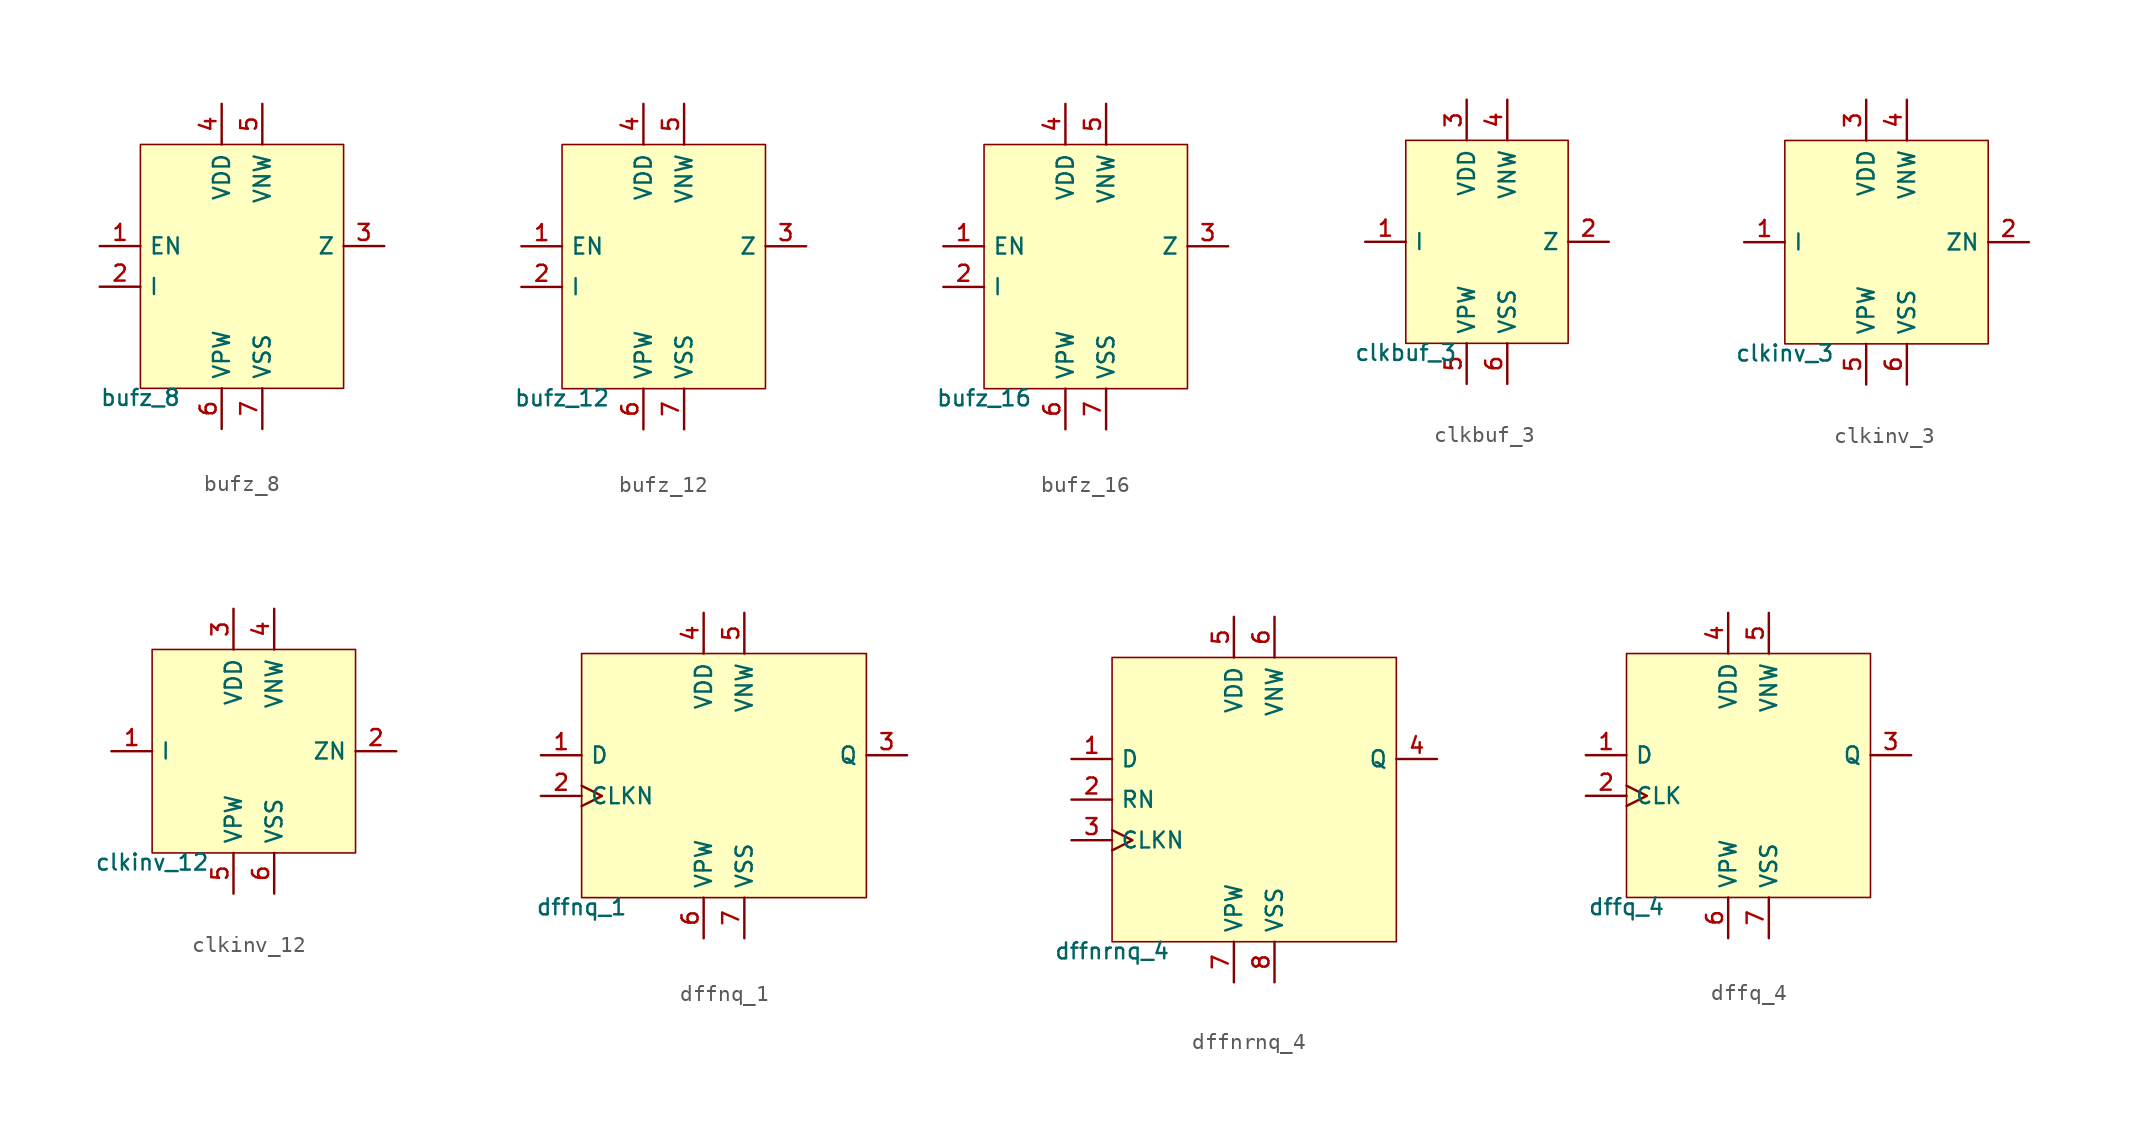
<source format=kicad_sym>
(kicad_symbol_lib
  (version 20211014)
  (generator pdk2kicad)
  (symbol "bufz_8"
    (property "Reference" "X"
      (at 0 0 0)
      (effects (font (size 1 1)) hide))
    (property "Value" "bufz_8"
      (at -6.35 -7.62 0)
      (effects (font (size 1 1)) (justify top)))
    (rectangle
      (start -6.35 -7.62)
      (end 6.35 7.62)
      (stroke (width 0.1) (type solid) (color 0 0 0 0))
      (fill (type background)))
    (pin input line
      (at -8.89 1.27 0)
      (length 2.54)
      (name "EN" (effects (font (size 1 1)) hide))
      (number "1" (effects (font (size 1 1)) hide)))
    (pin input line
      (at -8.89 -1.27 0)
      (length 2.54)
      (name "I" (effects (font (size 1 1)) hide))
      (number "2" (effects (font (size 1 1)) hide)))
    (pin output line
      (at 8.89 1.27 180)
      (length 2.54)
      (name "Z" (effects (font (size 1 1)) hide))
      (number "3" (effects (font (size 1 1)) hide)))
    (pin power_in line
      (at -1.27 10.16 270)
      (length 2.54)
      (name "VDD" (effects (font (size 1 1)) hide))
      (number "4" (effects (font (size 1 1)) hide)))
    (pin power_in line
      (at 1.27 10.16 270)
      (length 2.54)
      (name "VNW" (effects (font (size 1 1)) hide))
      (number "5" (effects (font (size 1 1)) hide)))
    (pin power_in line
      (at -1.27 -10.16 90)
      (length 2.54)
      (name "VPW" (effects (font (size 1 1)) hide))
      (number "6" (effects (font (size 1 1)) hide)))
    (pin power_in line
      (at 1.27 -10.16 90)
      (length 2.54)
      (name "VSS" (effects (font (size 1 1)) hide))
      (number "7" (effects (font (size 1 1)) hide))))
  (symbol "bufz_12"
    (property "Reference" "X"
      (at 0 0 0)
      (effects (font (size 1 1)) hide))
    (property "Value" "bufz_12"
      (at -6.35 -7.62 0)
      (effects (font (size 1 1)) (justify top)))
    (rectangle
      (start -6.35 -7.62)
      (end 6.35 7.62)
      (stroke (width 0.1) (type solid) (color 0 0 0 0))
      (fill (type background)))
    (pin input line
      (at -8.89 1.27 0)
      (length 2.54)
      (name "EN" (effects (font (size 1 1)) hide))
      (number "1" (effects (font (size 1 1)) hide)))
    (pin input line
      (at -8.89 -1.27 0)
      (length 2.54)
      (name "I" (effects (font (size 1 1)) hide))
      (number "2" (effects (font (size 1 1)) hide)))
    (pin output line
      (at 8.89 1.27 180)
      (length 2.54)
      (name "Z" (effects (font (size 1 1)) hide))
      (number "3" (effects (font (size 1 1)) hide)))
    (pin power_in line
      (at -1.27 10.16 270)
      (length 2.54)
      (name "VDD" (effects (font (size 1 1)) hide))
      (number "4" (effects (font (size 1 1)) hide)))
    (pin power_in line
      (at 1.27 10.16 270)
      (length 2.54)
      (name "VNW" (effects (font (size 1 1)) hide))
      (number "5" (effects (font (size 1 1)) hide)))
    (pin power_in line
      (at -1.27 -10.16 90)
      (length 2.54)
      (name "VPW" (effects (font (size 1 1)) hide))
      (number "6" (effects (font (size 1 1)) hide)))
    (pin power_in line
      (at 1.27 -10.16 90)
      (length 2.54)
      (name "VSS" (effects (font (size 1 1)) hide))
      (number "7" (effects (font (size 1 1)) hide))))
  (symbol "bufz_16"
    (property "Reference" "X"
      (at 0 0 0)
      (effects (font (size 1 1)) hide))
    (property "Value" "bufz_16"
      (at -6.35 -7.62 0)
      (effects (font (size 1 1)) (justify top)))
    (rectangle
      (start -6.35 -7.62)
      (end 6.35 7.62)
      (stroke (width 0.1) (type solid) (color 0 0 0 0))
      (fill (type background)))
    (pin input line
      (at -8.89 1.27 0)
      (length 2.54)
      (name "EN" (effects (font (size 1 1)) hide))
      (number "1" (effects (font (size 1 1)) hide)))
    (pin input line
      (at -8.89 -1.27 0)
      (length 2.54)
      (name "I" (effects (font (size 1 1)) hide))
      (number "2" (effects (font (size 1 1)) hide)))
    (pin output line
      (at 8.89 1.27 180)
      (length 2.54)
      (name "Z" (effects (font (size 1 1)) hide))
      (number "3" (effects (font (size 1 1)) hide)))
    (pin power_in line
      (at -1.27 10.16 270)
      (length 2.54)
      (name "VDD" (effects (font (size 1 1)) hide))
      (number "4" (effects (font (size 1 1)) hide)))
    (pin power_in line
      (at 1.27 10.16 270)
      (length 2.54)
      (name "VNW" (effects (font (size 1 1)) hide))
      (number "5" (effects (font (size 1 1)) hide)))
    (pin power_in line
      (at -1.27 -10.16 90)
      (length 2.54)
      (name "VPW" (effects (font (size 1 1)) hide))
      (number "6" (effects (font (size 1 1)) hide)))
    (pin power_in line
      (at 1.27 -10.16 90)
      (length 2.54)
      (name "VSS" (effects (font (size 1 1)) hide))
      (number "7" (effects (font (size 1 1)) hide))))
  (symbol "clkbuf_3"
    (property "Reference" "X"
      (at 0 0 0)
      (effects (font (size 1 1)) hide))
    (property "Value" "clkbuf_3"
      (at -5.08 -6.35 0)
      (effects (font (size 1 1)) (justify top)))
    (rectangle
      (start -5.08 -6.35)
      (end 5.08 6.35)
      (stroke (width 0.1) (type solid) (color 0 0 0 0))
      (fill (type background)))
    (pin input line
      (at -7.62 -4.440892098500626e-16 0)
      (length 2.54)
      (name "I" (effects (font (size 1 1)) hide))
      (number "1" (effects (font (size 1 1)) hide)))
    (pin output line
      (at 7.62 -4.440892098500626e-16 180)
      (length 2.54)
      (name "Z" (effects (font (size 1 1)) hide))
      (number "2" (effects (font (size 1 1)) hide)))
    (pin power_in line
      (at -1.27 8.89 270)
      (length 2.54)
      (name "VDD" (effects (font (size 1 1)) hide))
      (number "3" (effects (font (size 1 1)) hide)))
    (pin power_in line
      (at 1.27 8.89 270)
      (length 2.54)
      (name "VNW" (effects (font (size 1 1)) hide))
      (number "4" (effects (font (size 1 1)) hide)))
    (pin power_in line
      (at -1.27 -8.89 90)
      (length 2.54)
      (name "VPW" (effects (font (size 1 1)) hide))
      (number "5" (effects (font (size 1 1)) hide)))
    (pin power_in line
      (at 1.27 -8.89 90)
      (length 2.54)
      (name "VSS" (effects (font (size 1 1)) hide))
      (number "6" (effects (font (size 1 1)) hide))))
  (symbol "clkinv_3"
    (property "Reference" "X"
      (at 0 0 0)
      (effects (font (size 1 1)) hide))
    (property "Value" "clkinv_3"
      (at -6.35 -6.35 0)
      (effects (font (size 1 1)) (justify top)))
    (rectangle
      (start -6.35 -6.35)
      (end 6.35 6.35)
      (stroke (width 0.1) (type solid) (color 0 0 0 0))
      (fill (type background)))
    (pin input line
      (at -8.89 -4.440892098500626e-16 0)
      (length 2.54)
      (name "I" (effects (font (size 1 1)) hide))
      (number "1" (effects (font (size 1 1)) hide)))
    (pin output line
      (at 8.89 -4.440892098500626e-16 180)
      (length 2.54)
      (name "ZN" (effects (font (size 1 1)) hide))
      (number "2" (effects (font (size 1 1)) hide)))
    (pin power_in line
      (at -1.27 8.89 270)
      (length 2.54)
      (name "VDD" (effects (font (size 1 1)) hide))
      (number "3" (effects (font (size 1 1)) hide)))
    (pin power_in line
      (at 1.27 8.89 270)
      (length 2.54)
      (name "VNW" (effects (font (size 1 1)) hide))
      (number "4" (effects (font (size 1 1)) hide)))
    (pin power_in line
      (at -1.27 -8.89 90)
      (length 2.54)
      (name "VPW" (effects (font (size 1 1)) hide))
      (number "5" (effects (font (size 1 1)) hide)))
    (pin power_in line
      (at 1.27 -8.89 90)
      (length 2.54)
      (name "VSS" (effects (font (size 1 1)) hide))
      (number "6" (effects (font (size 1 1)) hide))))
  (symbol "clkinv_12"
    (property "Reference" "X"
      (at 0 0 0)
      (effects (font (size 1 1)) hide))
    (property "Value" "clkinv_12"
      (at -6.35 -6.35 0)
      (effects (font (size 1 1)) (justify top)))
    (rectangle
      (start -6.35 -6.35)
      (end 6.35 6.35)
      (stroke (width 0.1) (type solid) (color 0 0 0 0))
      (fill (type background)))
    (pin input line
      (at -8.89 -4.440892098500626e-16 0)
      (length 2.54)
      (name "I" (effects (font (size 1 1)) hide))
      (number "1" (effects (font (size 1 1)) hide)))
    (pin output line
      (at 8.89 -4.440892098500626e-16 180)
      (length 2.54)
      (name "ZN" (effects (font (size 1 1)) hide))
      (number "2" (effects (font (size 1 1)) hide)))
    (pin power_in line
      (at -1.27 8.89 270)
      (length 2.54)
      (name "VDD" (effects (font (size 1 1)) hide))
      (number "3" (effects (font (size 1 1)) hide)))
    (pin power_in line
      (at 1.27 8.89 270)
      (length 2.54)
      (name "VNW" (effects (font (size 1 1)) hide))
      (number "4" (effects (font (size 1 1)) hide)))
    (pin power_in line
      (at -1.27 -8.89 90)
      (length 2.54)
      (name "VPW" (effects (font (size 1 1)) hide))
      (number "5" (effects (font (size 1 1)) hide)))
    (pin power_in line
      (at 1.27 -8.89 90)
      (length 2.54)
      (name "VSS" (effects (font (size 1 1)) hide))
      (number "6" (effects (font (size 1 1)) hide))))
  (symbol "dffnq_1"
    (property "Reference" "X"
      (at 0 0 0)
      (effects (font (size 1 1)) hide))
    (property "Value" "dffnq_1"
      (at -8.89 -7.62 0)
      (effects (font (size 1 1)) (justify top)))
    (rectangle
      (start -8.89 -7.62)
      (end 8.89 7.62)
      (stroke (width 0.1) (type solid) (color 0 0 0 0))
      (fill (type background)))
    (pin input line
      (at -11.43 1.27 0)
      (length 2.54)
      (name "D" (effects (font (size 1 1)) hide))
      (number "1" (effects (font (size 1 1)) hide)))
    (pin input clock
      (at -11.43 -1.27 0)
      (length 2.54)
      (name "CLKN" (effects (font (size 1 1)) hide))
      (number "2" (effects (font (size 1 1)) hide)))
    (pin output line
      (at 11.43 1.27 180)
      (length 2.54)
      (name "Q" (effects (font (size 1 1)) hide))
      (number "3" (effects (font (size 1 1)) hide)))
    (pin power_in line
      (at -1.27 10.16 270)
      (length 2.54)
      (name "VDD" (effects (font (size 1 1)) hide))
      (number "4" (effects (font (size 1 1)) hide)))
    (pin power_in line
      (at 1.27 10.16 270)
      (length 2.54)
      (name "VNW" (effects (font (size 1 1)) hide))
      (number "5" (effects (font (size 1 1)) hide)))
    (pin power_in line
      (at -1.27 -10.16 90)
      (length 2.54)
      (name "VPW" (effects (font (size 1 1)) hide))
      (number "6" (effects (font (size 1 1)) hide)))
    (pin power_in line
      (at 1.27 -10.16 90)
      (length 2.54)
      (name "VSS" (effects (font (size 1 1)) hide))
      (number "7" (effects (font (size 1 1)) hide))))
  (symbol "dffnrnq_4"
    (property "Reference" "X"
      (at 0 0 0)
      (effects (font (size 1 1)) hide))
    (property "Value" "dffnrnq_4"
      (at -8.89 -8.89 0)
      (effects (font (size 1 1)) (justify top)))
    (rectangle
      (start -8.89 -8.89)
      (end 8.89 8.89)
      (stroke (width 0.1) (type solid) (color 0 0 0 0))
      (fill (type background)))
    (pin input line
      (at -11.43 2.54 0)
      (length 2.54)
      (name "D" (effects (font (size 1 1)) hide))
      (number "1" (effects (font (size 1 1)) hide)))
    (pin input line
      (at -11.43 4.440892098500626e-16 0)
      (length 2.54)
      (name "RN" (effects (font (size 1 1)) hide))
      (number "2" (effects (font (size 1 1)) hide)))
    (pin input clock
      (at -11.43 -2.54 0)
      (length 2.54)
      (name "CLKN" (effects (font (size 1 1)) hide))
      (number "3" (effects (font (size 1 1)) hide)))
    (pin output line
      (at 11.43 2.54 180)
      (length 2.54)
      (name "Q" (effects (font (size 1 1)) hide))
      (number "4" (effects (font (size 1 1)) hide)))
    (pin power_in line
      (at -1.27 11.43 270)
      (length 2.54)
      (name "VDD" (effects (font (size 1 1)) hide))
      (number "5" (effects (font (size 1 1)) hide)))
    (pin power_in line
      (at 1.27 11.43 270)
      (length 2.54)
      (name "VNW" (effects (font (size 1 1)) hide))
      (number "6" (effects (font (size 1 1)) hide)))
    (pin power_in line
      (at -1.27 -11.43 90)
      (length 2.54)
      (name "VPW" (effects (font (size 1 1)) hide))
      (number "7" (effects (font (size 1 1)) hide)))
    (pin power_in line
      (at 1.27 -11.43 90)
      (length 2.54)
      (name "VSS" (effects (font (size 1 1)) hide))
      (number "8" (effects (font (size 1 1)) hide))))
  (symbol "dffq_4"
    (property "Reference" "X"
      (at 0 0 0)
      (effects (font (size 1 1)) hide))
    (property "Value" "dffq_4"
      (at -7.62 -7.62 0)
      (effects (font (size 1 1)) (justify top)))
    (rectangle
      (start -7.62 -7.62)
      (end 7.62 7.62)
      (stroke (width 0.1) (type solid) (color 0 0 0 0))
      (fill (type background)))
    (pin input line
      (at -10.16 1.27 0)
      (length 2.54)
      (name "D" (effects (font (size 1 1)) hide))
      (number "1" (effects (font (size 1 1)) hide)))
    (pin input clock
      (at -10.16 -1.27 0)
      (length 2.54)
      (name "CLK" (effects (font (size 1 1)) hide))
      (number "2" (effects (font (size 1 1)) hide)))
    (pin output line
      (at 10.16 1.27 180)
      (length 2.54)
      (name "Q" (effects (font (size 1 1)) hide))
      (number "3" (effects (font (size 1 1)) hide)))
    (pin power_in line
      (at -1.27 10.16 270)
      (length 2.54)
      (name "VDD" (effects (font (size 1 1)) hide))
      (number "4" (effects (font (size 1 1)) hide)))
    (pin power_in line
      (at 1.27 10.16 270)
      (length 2.54)
      (name "VNW" (effects (font (size 1 1)) hide))
      (number "5" (effects (font (size 1 1)) hide)))
    (pin power_in line
      (at -1.27 -10.16 90)
      (length 2.54)
      (name "VPW" (effects (font (size 1 1)) hide))
      (number "6" (effects (font (size 1 1)) hide)))
    (pin power_in line
      (at 1.27 -10.16 90)
      (length 2.54)
      (name "VSS" (effects (font (size 1 1)) hide))
      (number "7" (effects (font (size 1 1)) hide)))))
</source>
